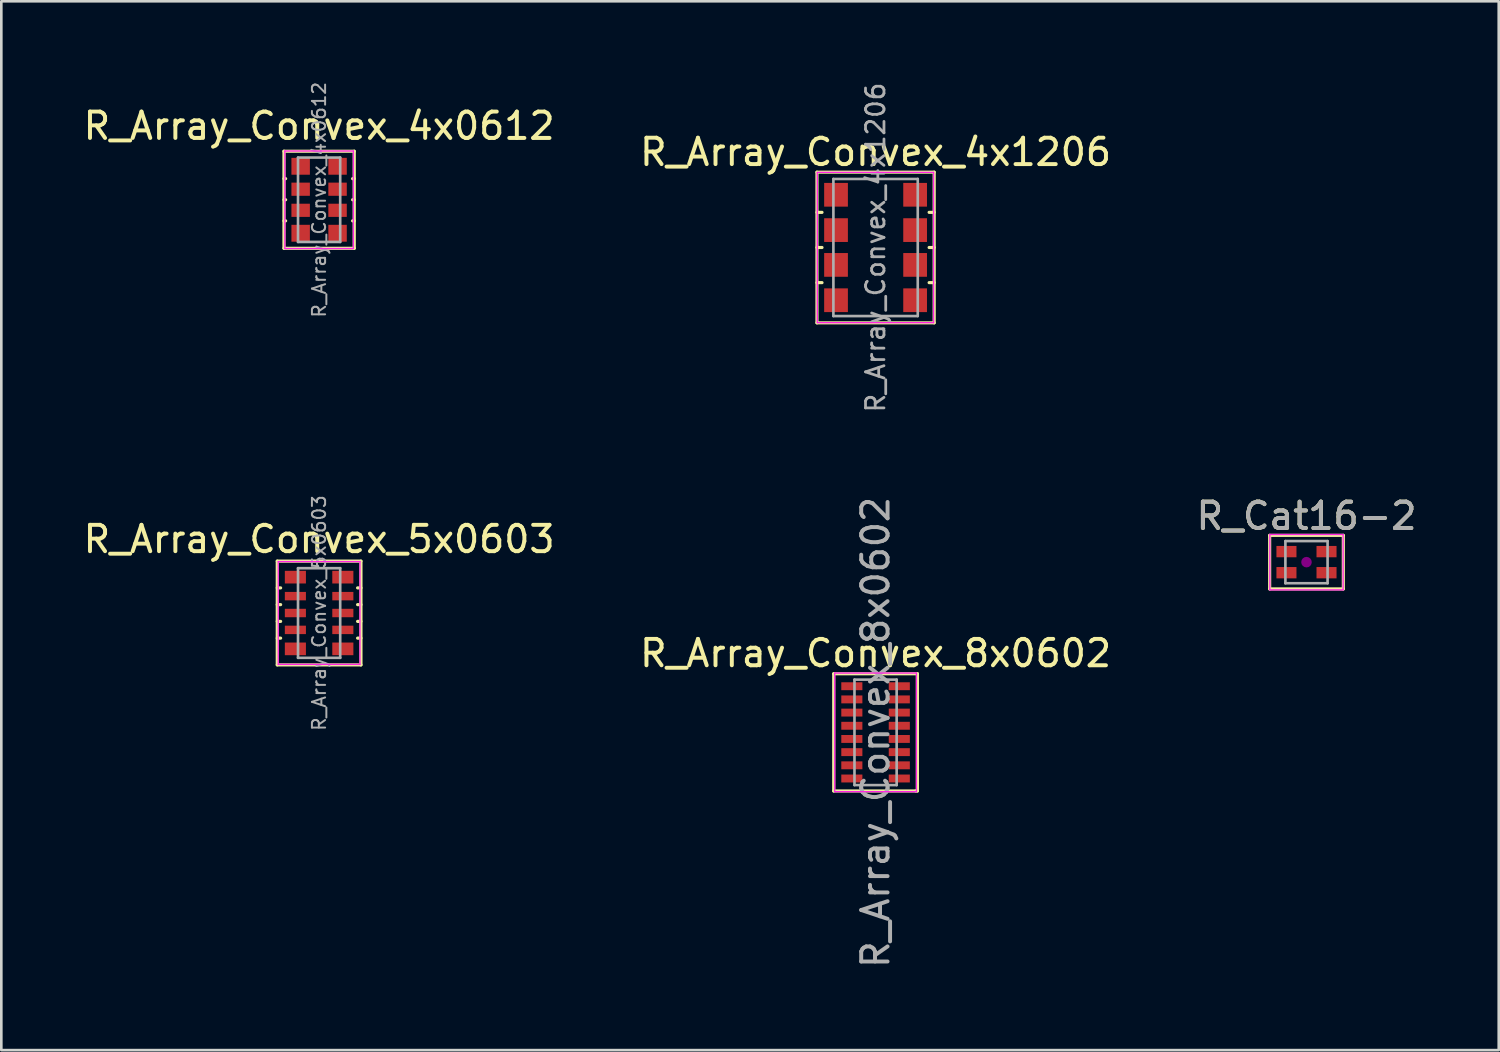
<source format=kicad_pcb>
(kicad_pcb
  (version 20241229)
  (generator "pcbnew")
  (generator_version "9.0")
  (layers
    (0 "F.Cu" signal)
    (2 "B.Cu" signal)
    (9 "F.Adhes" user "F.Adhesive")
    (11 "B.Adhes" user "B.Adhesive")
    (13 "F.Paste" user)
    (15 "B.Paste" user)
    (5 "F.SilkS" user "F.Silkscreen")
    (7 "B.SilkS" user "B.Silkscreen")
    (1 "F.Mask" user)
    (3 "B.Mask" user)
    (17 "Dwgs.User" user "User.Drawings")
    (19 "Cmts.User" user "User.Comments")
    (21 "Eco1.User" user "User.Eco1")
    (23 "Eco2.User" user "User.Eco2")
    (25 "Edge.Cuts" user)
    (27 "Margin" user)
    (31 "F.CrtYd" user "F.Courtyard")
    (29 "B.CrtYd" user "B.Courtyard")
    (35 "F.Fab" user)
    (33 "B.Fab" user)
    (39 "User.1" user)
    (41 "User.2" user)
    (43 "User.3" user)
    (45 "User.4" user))
  (footprint "R_Cat16-2"
    (layer "F.Cu")
    (at 46.506 18.273)
    (property "Reference" "R_Cat16-2" (at 0 -1.75 0) (layer "F.SilkS") (effects (font (size 1 1) (thickness 0.15))))
    (attr smd)
    (fp_line (start -1.397 -1.016) (end 1.397 -1.016) (stroke (width 0.12) (type solid)) (layer "F.SilkS"))
    (fp_line (start -1.397 1.016) (end -1.397 -1.016) (stroke (width 0.12) (type solid)) (layer "F.SilkS"))
    (fp_line (start 1.397 -1.016) (end 1.397 1.016) (stroke (width 0.12) (type solid)) (layer "F.SilkS"))
    (fp_line (start 1.397 1.016) (end -1.397 1.016) (stroke (width 0.12) (type solid)) (layer "F.SilkS"))
    (fp_circle (center 0 0) (end -0.1 0) (stroke (width 0.2) (type solid)) (fill no) (layer "F.Adhes"))
    (fp_line (start -1.39 -1.05) (end -1.39 1.05) (stroke (width 0.05) (type solid)) (layer "F.CrtYd"))
    (fp_line (start -1.39 -1.05) (end 1.39 -1.05) (stroke (width 0.05) (type solid)) (layer "F.CrtYd"))
    (fp_line (start 1.39 1.05) (end -1.39 1.05) (stroke (width 0.05) (type solid)) (layer "F.CrtYd"))
    (fp_line (start 1.39 1.05) (end 1.39 -1.05) (stroke (width 0.05) (type solid)) (layer "F.CrtYd"))
    (fp_line (start -0.8 -0.8) (end 0.8 -0.8) (stroke (width 0.1) (type solid)) (layer "F.Fab"))
    (fp_line (start -0.8 0.8) (end -0.8 -0.8) (stroke (width 0.1) (type solid)) (layer "F.Fab"))
    (fp_line (start 0.8 -0.8) (end 0.8 0.8) (stroke (width 0.1) (type solid)) (layer "F.Fab"))
    (fp_line (start 0.8 0.8) (end -0.8 0.8) (stroke (width 0.1) (type solid)) (layer "F.Fab"))
    (fp_text user "${REFERENCE}" (at 0 -1.75 0) (layer "F.Fab") (effects (font (size 1 1) (thickness 0.15))))
    (pad "1" smd rect (at -0.76 -0.4 180) (size 0.76 0.43) (layers "F.Cu" "F.Mask" "F.Paste"))
    (pad "2" smd rect (at -0.76 0.4 180) (size 0.76 0.43) (layers "F.Cu" "F.Mask" "F.Paste"))
    (pad "3" smd rect (at 0.76 0.4 180) (size 0.76 0.43) (layers "F.Cu" "F.Mask" "F.Paste"))
    (pad "4" smd rect (at 0.76 -0.4 180) (size 0.76 0.43) (layers "F.Cu" "F.Mask" "F.Paste")))
  (footprint "R_Array_Convex_8x0602"
    (layer "F.Cu")
    (at 30.161 24.729)
    (property "Reference" "R_Array_Convex_8x0602" (at 0 -3 0) (layer "F.SilkS") (effects (font (size 1 1) (thickness 0.15))))
    (attr smd)
    (fp_line (start -1.587 -2.223) (end -1.587 2.223) (stroke (width 0.12) (type solid)) (layer "F.SilkS"))
    (fp_line (start -1.587 2.223) (end 1.524 2.223) (stroke (width 0.12) (type solid)) (layer "F.SilkS"))
    (fp_line (start 1.524 2.223) (end 1.587 2.223) (stroke (width 0.12) (type solid)) (layer "F.SilkS"))
    (fp_line (start 1.587 -2.223) (end -1.587 -2.223) (stroke (width 0.12) (type solid)) (layer "F.SilkS"))
    (fp_line (start 1.587 2.223) (end 1.587 -2.223) (stroke (width 0.12) (type solid)) (layer "F.SilkS"))
    (fp_line (start -1.55 -2.25) (end -1.55 2.25) (stroke (width 0.05) (type solid)) (layer "F.CrtYd"))
    (fp_line (start -1.55 -2.25) (end 1.55 -2.25) (stroke (width 0.05) (type solid)) (layer "F.CrtYd"))
    (fp_line (start 1.55 2.25) (end -1.55 2.25) (stroke (width 0.05) (type solid)) (layer "F.CrtYd"))
    (fp_line (start 1.55 2.25) (end 1.55 -2.25) (stroke (width 0.05) (type solid)) (layer "F.CrtYd"))
    (fp_line (start -0.8 -2) (end -0.8 2) (stroke (width 0.1) (type solid)) (layer "F.Fab"))
    (fp_line (start -0.8 2) (end 0.8 2) (stroke (width 0.1) (type solid)) (layer "F.Fab"))
    (fp_line (start 0.8 -2) (end -0.8 -2) (stroke (width 0.1) (type solid)) (layer "F.Fab"))
    (fp_line (start 0.8 2) (end 0.8 -2) (stroke (width 0.1) (type solid)) (layer "F.Fab"))
    (fp_text user "${REFERENCE}" (at 0 0 90) (layer "F.Fab") (effects (font (size 1 1) (thickness 0.15))))
    (pad "1" smd rect (at -0.9 -1.75) (size 0.8 0.3) (layers "F.Cu" "F.Mask" "F.Paste"))
    (pad "2" smd rect (at -0.9 -1.25) (size 0.8 0.3) (layers "F.Cu" "F.Mask" "F.Paste"))
    (pad "3" smd rect (at -0.9 -0.75) (size 0.8 0.3) (layers "F.Cu" "F.Mask" "F.Paste"))
    (pad "4" smd rect (at -0.9 -0.25) (size 0.8 0.3) (layers "F.Cu" "F.Mask" "F.Paste"))
    (pad "5" smd rect (at -0.9 0.25) (size 0.8 0.3) (layers "F.Cu" "F.Mask" "F.Paste"))
    (pad "6" smd rect (at -0.9 0.75) (size 0.8 0.3) (layers "F.Cu" "F.Mask" "F.Paste"))
    (pad "7" smd rect (at -0.9 1.25) (size 0.8 0.3) (layers "F.Cu" "F.Mask" "F.Paste"))
    (pad "8" smd rect (at -0.9 1.75) (size 0.8 0.3) (layers "F.Cu" "F.Mask" "F.Paste"))
    (pad "9" smd rect (at 0.9 1.75) (size 0.8 0.3) (layers "F.Cu" "F.Mask" "F.Paste"))
    (pad "10" smd rect (at 0.9 1.25) (size 0.8 0.3) (layers "F.Cu" "F.Mask" "F.Paste"))
    (pad "11" smd rect (at 0.9 0.75) (size 0.8 0.3) (layers "F.Cu" "F.Mask" "F.Paste"))
    (pad "12" smd rect (at 0.9 0.25) (size 0.8 0.3) (layers "F.Cu" "F.Mask" "F.Paste"))
    (pad "13" smd rect (at 0.9 -0.25) (size 0.8 0.3) (layers "F.Cu" "F.Mask" "F.Paste"))
    (pad "14" smd rect (at 0.9 -0.75) (size 0.8 0.3) (layers "F.Cu" "F.Mask" "F.Paste"))
    (pad "15" smd rect (at 0.9 -1.25) (size 0.8 0.3) (layers "F.Cu" "F.Mask" "F.Paste"))
    (pad "16" smd rect (at 0.9 -1.75) (size 0.8 0.3) (layers "F.Cu" "F.Mask" "F.Paste")))
  (footprint "R_Array_Convex_5x0603"
    (layer "F.Cu")
    (at 9.054 20.202)
    (property "Reference" "R_Array_Convex_5x0603" (at 0 -2.8 0) (layer "F.SilkS") (effects (font (size 1 1) (thickness 0.15))))
    (attr smd)
    (fp_line (start -1.587 -1.968) (end -1.587 1.968) (stroke (width 0.12) (type solid)) (layer "F.SilkS"))
    (fp_line (start -1.587 1.968) (end 1.587 1.968) (stroke (width 0.12) (type solid)) (layer "F.SilkS"))
    (fp_line (start -1.46 -0.953) (end -1.587 -0.953) (stroke (width 0.12) (type solid)) (layer "F.SilkS"))
    (fp_line (start -1.46 -0.318) (end -1.587 -0.318) (stroke (width 0.12) (type solid)) (layer "F.SilkS"))
    (fp_line (start -1.46 0.318) (end -1.587 0.318) (stroke (width 0.12) (type solid)) (layer "F.SilkS"))
    (fp_line (start -1.46 0.953) (end -1.587 0.953) (stroke (width 0.12) (type solid)) (layer "F.SilkS"))
    (fp_line (start 1.46 -0.953) (end 1.587 -0.953) (stroke (width 0.12) (type solid)) (layer "F.SilkS"))
    (fp_line (start 1.46 -0.318) (end 1.587 -0.318) (stroke (width 0.12) (type solid)) (layer "F.SilkS"))
    (fp_line (start 1.46 0.318) (end 1.587 0.318) (stroke (width 0.12) (type solid)) (layer "F.SilkS"))
    (fp_line (start 1.46 0.953) (end 1.587 0.953) (stroke (width 0.12) (type solid)) (layer "F.SilkS"))
    (fp_line (start 1.587 -1.968) (end -1.587 -1.968) (stroke (width 0.12) (type solid)) (layer "F.SilkS"))
    (fp_line (start 1.587 1.968) (end 1.587 -1.968) (stroke (width 0.12) (type solid)) (layer "F.SilkS"))
    (fp_line (start -1.55 -1.95) (end -1.55 1.95) (stroke (width 0.05) (type solid)) (layer "F.CrtYd"))
    (fp_line (start -1.55 -1.95) (end 1.55 -1.95) (stroke (width 0.05) (type solid)) (layer "F.CrtYd"))
    (fp_line (start 1.55 1.95) (end -1.55 1.95) (stroke (width 0.05) (type solid)) (layer "F.CrtYd"))
    (fp_line (start 1.55 1.95) (end 1.55 -1.95) (stroke (width 0.05) (type solid)) (layer "F.CrtYd"))
    (fp_line (start -0.8 -1.7) (end -0.8 1.7) (stroke (width 0.1) (type solid)) (layer "F.Fab"))
    (fp_line (start -0.8 1.7) (end 0.8 1.7) (stroke (width 0.1) (type solid)) (layer "F.Fab"))
    (fp_line (start 0.8 -1.7) (end -0.8 -1.7) (stroke (width 0.1) (type solid)) (layer "F.Fab"))
    (fp_line (start 0.8 1.7) (end 0.8 -1.7) (stroke (width 0.1) (type solid)) (layer "F.Fab"))
    (fp_text user "${REFERENCE}" (at 0 0 90) (layer "F.Fab") (effects (font (size 0.5 0.5) (thickness 0.075))))
    (pad "1" smd rect (at -0.9 -1.36) (size 0.8 0.48) (layers "F.Cu" "F.Mask" "F.Paste"))
    (pad "2" smd rect (at -0.9 -0.64) (size 0.8 0.32) (layers "F.Cu" "F.Mask" "F.Paste"))
    (pad "3" smd rect (at -0.9 0) (size 0.8 0.32) (layers "F.Cu" "F.Mask" "F.Paste"))
    (pad "4" smd rect (at -0.9 0.64) (size 0.8 0.32) (layers "F.Cu" "F.Mask" "F.Paste"))
    (pad "5" smd rect (at -0.9 1.36) (size 0.8 0.48) (layers "F.Cu" "F.Mask" "F.Paste"))
    (pad "6" smd rect (at 0.9 1.36) (size 0.8 0.48) (layers "F.Cu" "F.Mask" "F.Paste"))
    (pad "7" smd rect (at 0.9 0.64) (size 0.8 0.32) (layers "F.Cu" "F.Mask" "F.Paste"))
    (pad "8" smd rect (at 0.9 0) (size 0.8 0.32) (layers "F.Cu" "F.Mask" "F.Paste"))
    (pad "9" smd rect (at 0.9 -0.64) (size 0.8 0.32) (layers "F.Cu" "F.Mask" "F.Paste"))
    (pad "10" smd rect (at 0.9 -1.36) (size 0.8 0.48) (layers "F.Cu" "F.Mask" "F.Paste")))
  (footprint "R_Array_Convex_4x1206"
    (layer "F.Cu")
    (at 30.161 6.338)
    (property "Reference" "R_Array_Convex_4x1206" (at 0 -3.619 0) (layer "F.SilkS") (effects (font (size 1 1) (thickness 0.15))))
    (attr smd)
    (fp_line (start -2.223 -2.857) (end -2.223 2.857) (stroke (width 0.12) (type solid)) (layer "F.SilkS"))
    (fp_line (start -2.223 0) (end -2.032 0) (stroke (width 0.12) (type solid)) (layer "F.SilkS"))
    (fp_line (start -2.223 1.333) (end -2.032 1.333) (stroke (width 0.12) (type solid)) (layer "F.SilkS"))
    (fp_line (start -2.223 2.857) (end 2.223 2.857) (stroke (width 0.12) (type solid)) (layer "F.SilkS"))
    (fp_line (start -2.032 -1.333) (end -2.223 -1.333) (stroke (width 0.12) (type solid)) (layer "F.SilkS"))
    (fp_line (start 2.032 1.333) (end 2.223 1.333) (stroke (width 0.12) (type solid)) (layer "F.SilkS"))
    (fp_line (start 2.223 -2.857) (end -2.223 -2.857) (stroke (width 0.12) (type solid)) (layer "F.SilkS"))
    (fp_line (start 2.223 -1.333) (end 2.032 -1.333) (stroke (width 0.12) (type solid)) (layer "F.SilkS"))
    (fp_line (start 2.223 0) (end 2.032 0) (stroke (width 0.12) (type solid)) (layer "F.SilkS"))
    (fp_line (start 2.223 2.857) (end 2.223 -2.857) (stroke (width 0.12) (type solid)) (layer "F.SilkS"))
    (fp_line (start -2.21 -2.85) (end -2.21 2.85) (stroke (width 0.05) (type solid)) (layer "F.CrtYd"))
    (fp_line (start -2.21 -2.85) (end 2.2 -2.85) (stroke (width 0.05) (type solid)) (layer "F.CrtYd"))
    (fp_line (start 2.2 2.85) (end -2.21 2.85) (stroke (width 0.05) (type solid)) (layer "F.CrtYd"))
    (fp_line (start 2.2 2.85) (end 2.2 -2.85) (stroke (width 0.05) (type solid)) (layer "F.CrtYd"))
    (fp_line (start -1.6 -2.6) (end -1.6 2.6) (stroke (width 0.1) (type solid)) (layer "F.Fab"))
    (fp_line (start -1.6 2.6) (end 1.6 2.6) (stroke (width 0.1) (type solid)) (layer "F.Fab"))
    (fp_line (start 1.6 -2.6) (end -1.6 -2.6) (stroke (width 0.1) (type solid)) (layer "F.Fab"))
    (fp_line (start 1.6 2.6) (end 1.6 -2.6) (stroke (width 0.1) (type solid)) (layer "F.Fab"))
    (fp_text user "${REFERENCE}" (at 0 0 90) (layer "F.Fab") (effects (font (size 0.7 0.7) (thickness 0.105))))
    (pad "1" smd rect (at -1.5 -2) (size 0.9 0.9) (layers "F.Cu" "F.Mask" "F.Paste"))
    (pad "2" smd rect (at -1.5 -0.66) (size 0.9 0.9) (layers "F.Cu" "F.Mask" "F.Paste"))
    (pad "3" smd rect (at -1.5 0.66) (size 0.9 0.9) (layers "F.Cu" "F.Mask" "F.Paste"))
    (pad "4" smd rect (at -1.5 2) (size 0.9 0.9) (layers "F.Cu" "F.Mask" "F.Paste"))
    (pad "5" smd rect (at 1.5 2) (size 0.9 0.9) (layers "F.Cu" "F.Mask" "F.Paste"))
    (pad "6" smd rect (at 1.5 0.66) (size 0.9 0.9) (layers "F.Cu" "F.Mask" "F.Paste"))
    (pad "7" smd rect (at 1.5 -0.66) (size 0.9 0.9) (layers "F.Cu" "F.Mask" "F.Paste"))
    (pad "8" smd rect (at 1.5 -2) (size 0.9 0.9) (layers "F.Cu" "F.Mask" "F.Paste")))
  (footprint "R_Array_Convex_4x0612"
    (layer "F.Cu")
    (at 9.054 4.527)
    (property "Reference" "R_Array_Convex_4x0612" (at 0 -2.8 0) (layer "F.SilkS") (effects (font (size 1 1) (thickness 0.15))))
    (attr smd)
    (fp_line (start -1.333 -1.841) (end -1.333 1.841) (stroke (width 0.12) (type solid)) (layer "F.SilkS"))
    (fp_line (start -1.333 -0.8) (end -1.27 -0.8) (stroke (width 0.12) (type solid)) (layer "F.SilkS"))
    (fp_line (start -1.333 0) (end -1.27 0) (stroke (width 0.12) (type solid)) (layer "F.SilkS"))
    (fp_line (start -1.333 0.8) (end -1.27 0.8) (stroke (width 0.12) (type solid)) (layer "F.SilkS"))
    (fp_line (start -1.333 1.841) (end 1.333 1.841) (stroke (width 0.12) (type solid)) (layer "F.SilkS"))
    (fp_line (start 1.333 -1.841) (end -1.333 -1.841) (stroke (width 0.12) (type solid)) (layer "F.SilkS"))
    (fp_line (start 1.333 -0.8) (end 1.27 -0.8) (stroke (width 0.12) (type solid)) (layer "F.SilkS"))
    (fp_line (start 1.333 0) (end 1.27 0) (stroke (width 0.12) (type solid)) (layer "F.SilkS"))
    (fp_line (start 1.333 0.8) (end 1.27 0.8) (stroke (width 0.12) (type solid)) (layer "F.SilkS"))
    (fp_line (start 1.333 1.841) (end 1.333 -1.841) (stroke (width 0.12) (type solid)) (layer "F.SilkS"))
    (fp_line (start -1.3 -1.85) (end -1.3 1.85) (stroke (width 0.05) (type solid)) (layer "F.CrtYd"))
    (fp_line (start -1.3 -1.85) (end 1.3 -1.85) (stroke (width 0.05) (type solid)) (layer "F.CrtYd"))
    (fp_line (start 1.3 1.85) (end -1.3 1.85) (stroke (width 0.05) (type solid)) (layer "F.CrtYd"))
    (fp_line (start 1.3 1.85) (end 1.3 -1.85) (stroke (width 0.05) (type solid)) (layer "F.CrtYd"))
    (fp_line (start -0.8 -1.6) (end 0.8 -1.6) (stroke (width 0.1) (type solid)) (layer "F.Fab"))
    (fp_line (start -0.8 1.6) (end -0.8 -1.6) (stroke (width 0.1) (type solid)) (layer "F.Fab"))
    (fp_line (start 0.8 -1.6) (end 0.8 1.6) (stroke (width 0.1) (type solid)) (layer "F.Fab"))
    (fp_line (start 0.8 1.6) (end -0.8 1.6) (stroke (width 0.1) (type solid)) (layer "F.Fab"))
    (fp_text user "${REFERENCE}" (at 0 0 90) (layer "F.Fab") (effects (font (size 0.5 0.5) (thickness 0.075))))
    (pad "1" smd rect (at -0.7 -1.27) (size 0.7 0.64) (layers "F.Cu" "F.Mask" "F.Paste"))
    (pad "2" smd rect (at -0.7 -0.4) (size 0.7 0.5) (layers "F.Cu" "F.Mask" "F.Paste"))
    (pad "3" smd rect (at -0.7 0.4) (size 0.7 0.5) (layers "F.Cu" "F.Mask" "F.Paste"))
    (pad "4" smd rect (at -0.7 1.27) (size 0.7 0.64) (layers "F.Cu" "F.Mask" "F.Paste"))
    (pad "5" smd rect (at 0.7 1.27) (size 0.7 0.64) (layers "F.Cu" "F.Mask" "F.Paste"))
    (pad "6" smd rect (at 0.7 0.4) (size 0.7 0.5) (layers "F.Cu" "F.Mask" "F.Paste"))
    (pad "7" smd rect (at 0.7 -0.4) (size 0.7 0.5) (layers "F.Cu" "F.Mask" "F.Paste"))
    (pad "8" smd rect (at 0.7 -1.27) (size 0.7 0.64) (layers "F.Cu" "F.Mask" "F.Paste")))
  (gr_rect
    (start -3 -3)
    (end 53.798 36.782)
    (stroke (width 0.1) (type default))
    (fill no)
    (layer "Edge.Cuts")))
</source>
